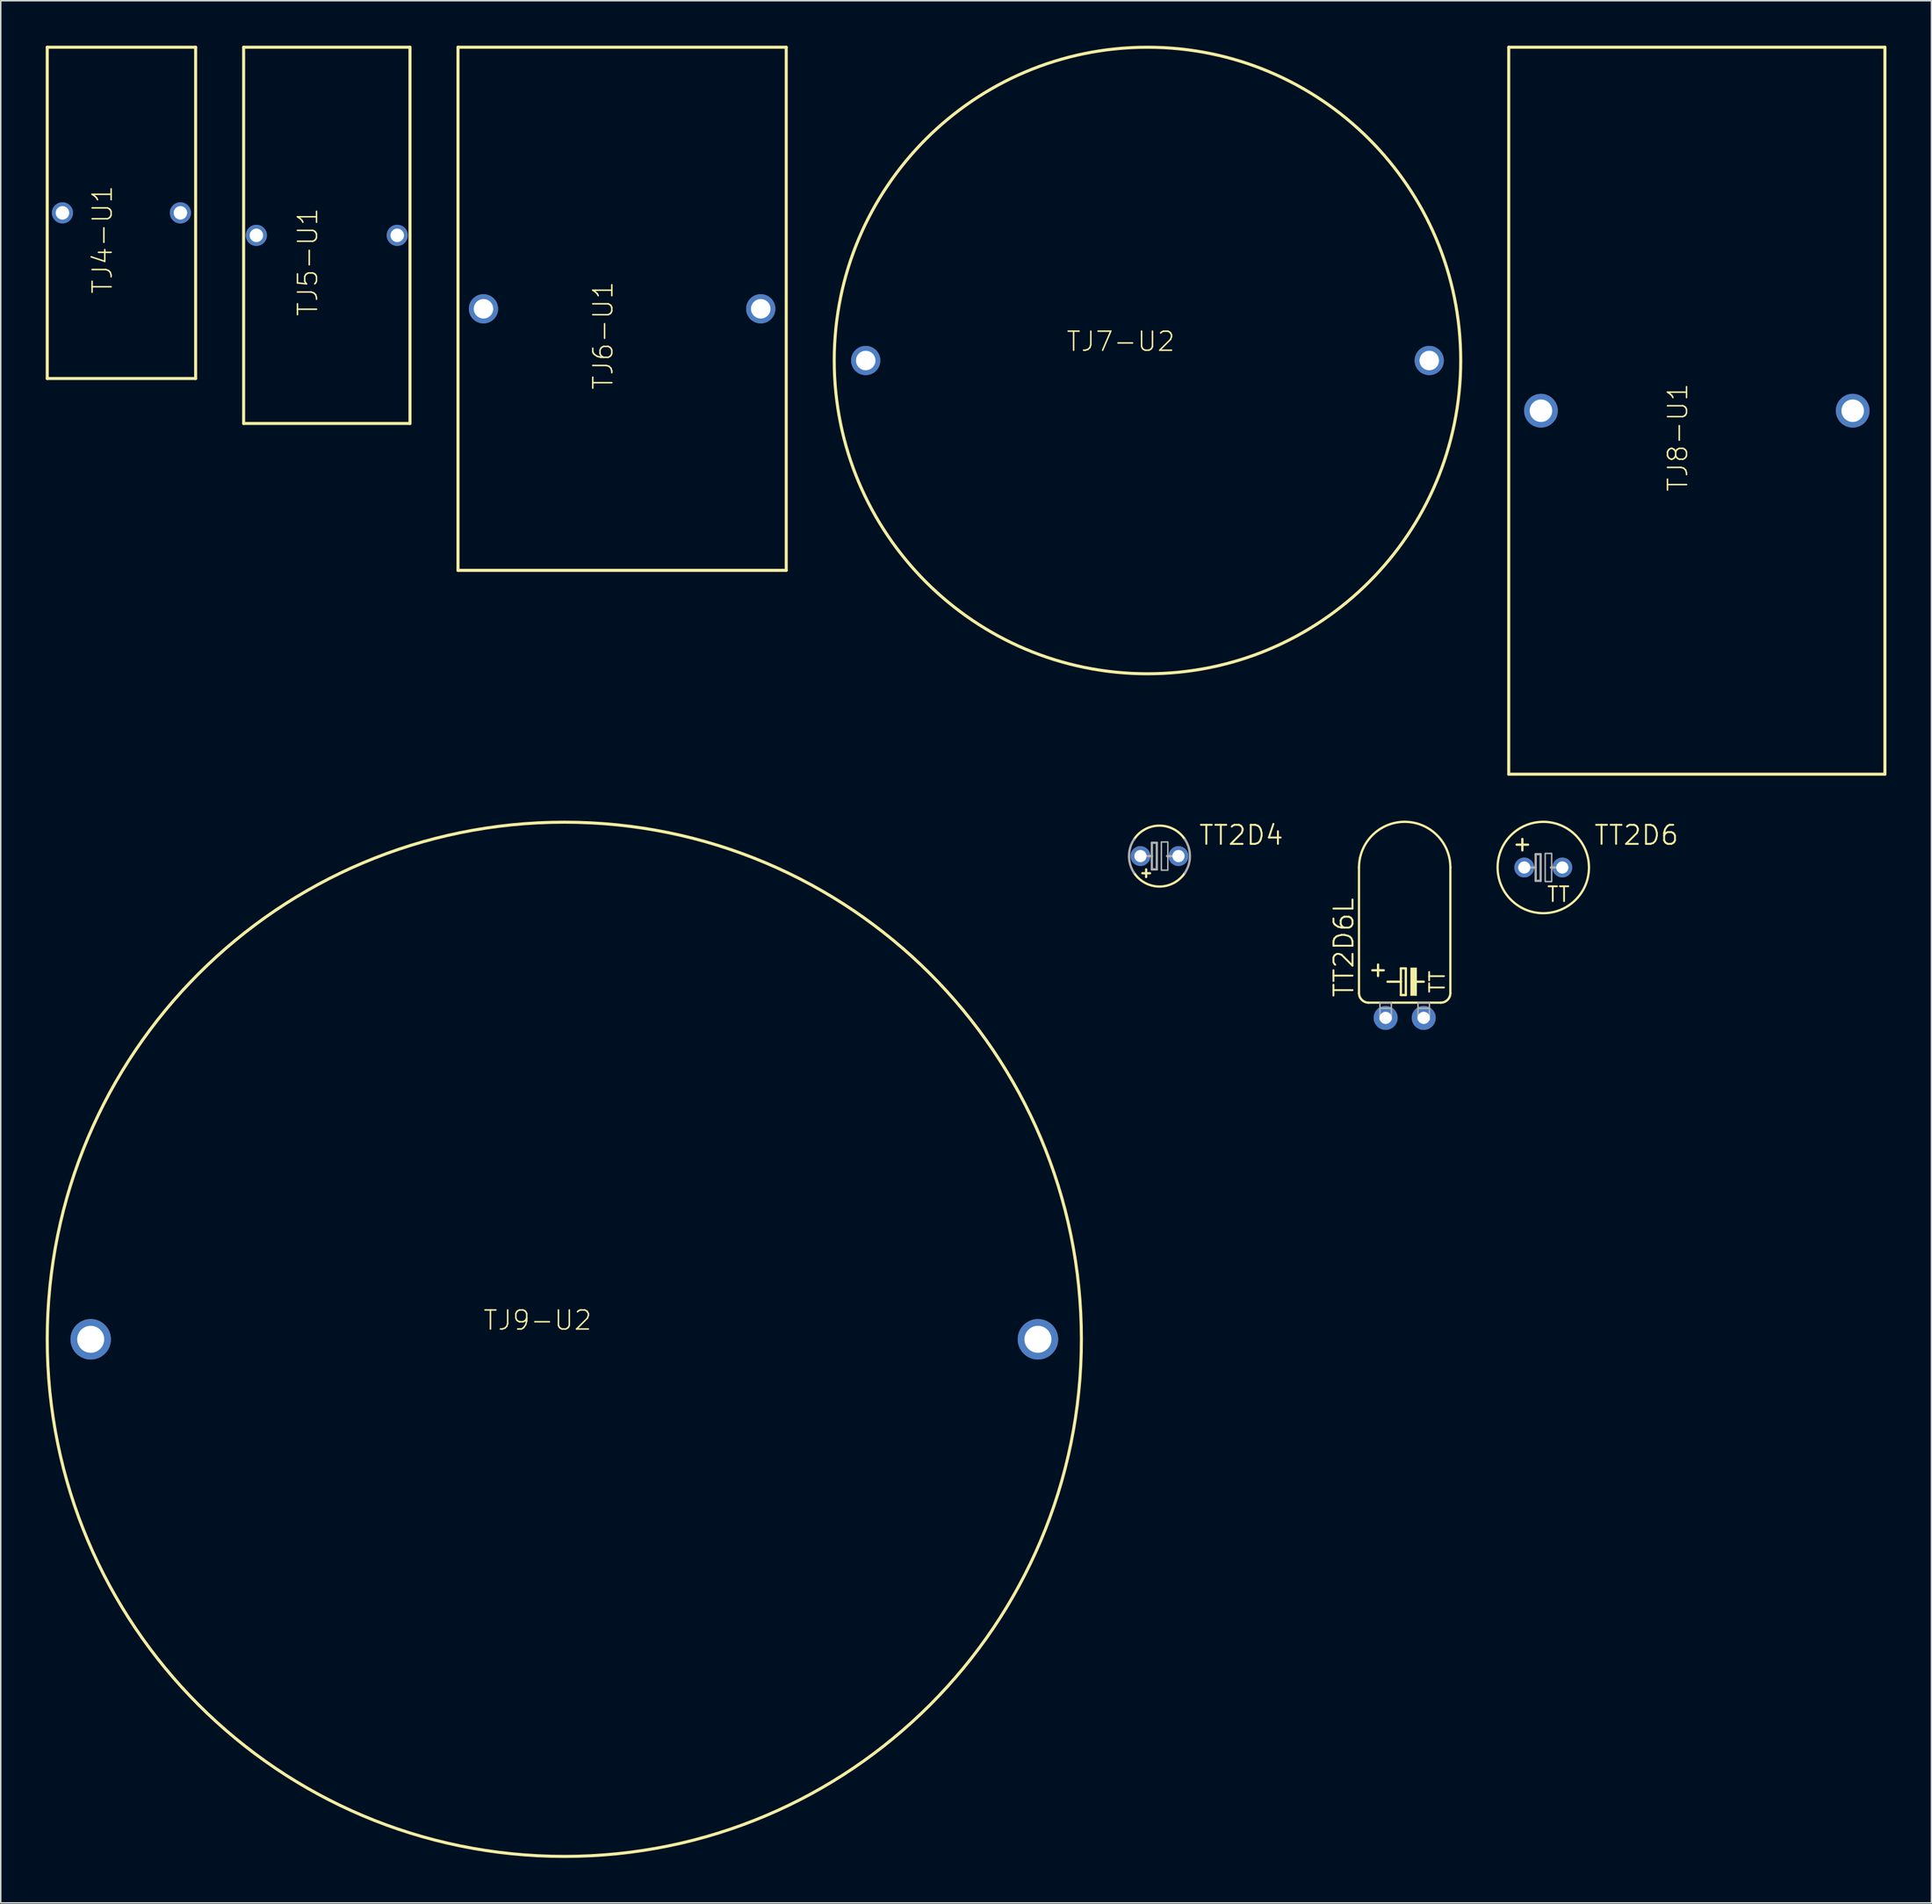
<source format=kicad_pcb>
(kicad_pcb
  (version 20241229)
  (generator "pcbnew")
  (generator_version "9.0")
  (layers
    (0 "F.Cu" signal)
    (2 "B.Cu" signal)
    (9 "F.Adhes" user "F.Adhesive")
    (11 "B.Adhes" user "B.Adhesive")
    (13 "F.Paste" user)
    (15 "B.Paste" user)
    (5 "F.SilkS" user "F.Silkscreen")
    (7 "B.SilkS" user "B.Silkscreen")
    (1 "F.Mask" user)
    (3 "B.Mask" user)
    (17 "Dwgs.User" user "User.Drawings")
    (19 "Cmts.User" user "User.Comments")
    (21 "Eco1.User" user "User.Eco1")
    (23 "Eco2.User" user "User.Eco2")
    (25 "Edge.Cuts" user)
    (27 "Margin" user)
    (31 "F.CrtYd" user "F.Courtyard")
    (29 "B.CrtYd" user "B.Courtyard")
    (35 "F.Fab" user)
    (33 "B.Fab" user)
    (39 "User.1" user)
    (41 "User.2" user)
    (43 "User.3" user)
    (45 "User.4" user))
  (footprint "TT2D4"
    (layer "F.Cu")
    (at 74.311 54.066)
    (property "Reference" "TT2D4" (at 5.455 -1.397 0) (layer "F.SilkS") (effects (font (size 1.27 1.27) (thickness 0.127))))
    (attr through_hole)
    (fp_line (start -0.889 1.397) (end -0.889 0.889) (stroke (width 0.152) (type solid)) (layer "F.SilkS"))
    (fp_line (start -0.635 1.143) (end -1.143 1.143) (stroke (width 0.152) (type solid)) (layer "F.SilkS"))
    (fp_arc (start -1.6985 -1.1153) (mid -0.000001 -2.031944) (end 1.698499 -1.115301) (stroke (width 0.1524) (type solid)) (layer "F.SilkS"))
    (fp_arc (start 1.698499 1.115301) (mid -0.000001 2.031944) (end -1.6985 1.1153) (stroke (width 0.1524) (type solid)) (layer "F.SilkS"))
    (fp_line (start -1.016 0) (end -0.508 0) (stroke (width 0.152) (type solid)) (layer "F.Fab"))
    (fp_line (start -0.508 -0.889) (end -0.508 0) (stroke (width 0.152) (type solid)) (layer "F.Fab"))
    (fp_line (start -0.508 0) (end -0.508 0.889) (stroke (width 0.152) (type solid)) (layer "F.Fab"))
    (fp_line (start -0.508 0.889) (end -0.178 0.889) (stroke (width 0.152) (type solid)) (layer "F.Fab"))
    (fp_line (start -0.178 -0.889) (end -0.508 -0.889) (stroke (width 0.152) (type solid)) (layer "F.Fab"))
    (fp_line (start -0.178 0.889) (end -0.178 -0.889) (stroke (width 0.152) (type solid)) (layer "F.Fab"))
    (fp_line (start 0.508 0) (end 1.016 0) (stroke (width 0.152) (type solid)) (layer "F.Fab"))
    (fp_arc (start -1.6985 1.1153) (mid -2.031944 0) (end -1.6985 -1.1153) (stroke (width 0.1524) (type solid)) (layer "F.Fab"))
    (fp_arc (start 1.6985 -1.1153) (mid 2.031944 0) (end 1.6985 1.1153) (stroke (width 0.1524) (type solid)) (layer "F.Fab"))
    (fp_poly (pts (xy 0.127 -0.94) (xy 0.559 -0.94) (xy 0.559 0.94) (xy 0.127 0.94)) (stroke (width 0.1) (type solid)) (fill no) (layer "F.Fab"))
    (pad "+" thru_hole circle (at -1.27 0) (size 1.321 1.321) (drill 0.813) (layers "*.Cu" "*.Mask"))
    (pad "-" thru_hole circle (at 1.27 0) (size 1.321 1.321) (drill 0.813) (layers "*.Cu" "*.Mask")))
  (footprint "TJ7-U2"
    (layer "F.Cu")
    (at 73.511 21.002)
    (property "Reference" "TJ7-U2" (at -1.784 -1.27 0) (layer "F.SilkS") (effects (font (size 1.27 1.27) (thickness 0.102))))
    (attr through_hole)
    (fp_circle (center 0 0) (end 20.9 0) (stroke (width 0.203) (type solid)) (fill no) (layer "F.SilkS"))
    (pad "1" thru_hole circle (at -18.8 0) (size 1.95 1.95) (drill 1.3) (layers "*.Cu" "*.Mask"))
    (pad "2" thru_hole circle (at 18.8 0) (size 1.95 1.95) (drill 1.3) (layers "*.Cu" "*.Mask")))
  (footprint "TJ8-U1"
    (layer "F.Cu")
    (at 110.164 24.352)
    (property "Reference" "TJ8-U1" (at -1.27 1.784 90) (layer "F.SilkS") (effects (font (size 1.27 1.27) (thickness 0.102))))
    (attr through_hole)
    (fp_line (start -12.55 -24.25) (end 12.55 -24.25) (stroke (width 0.203) (type solid)) (layer "F.SilkS"))
    (fp_line (start -12.55 24.25) (end -12.55 -24.25) (stroke (width 0.203) (type solid)) (layer "F.SilkS"))
    (fp_line (start 12.55 -24.25) (end 12.55 24.25) (stroke (width 0.203) (type solid)) (layer "F.SilkS"))
    (fp_line (start 12.55 24.25) (end -12.55 24.25) (stroke (width 0.203) (type solid)) (layer "F.SilkS"))
    (pad "1" thru_hole circle (at -10.4 0) (size 2.25 2.25) (drill 1.5) (layers "*.Cu" "*.Mask"))
    (pad "2" thru_hole circle (at 10.4 0) (size 2.25 2.25) (drill 1.5) (layers "*.Cu" "*.Mask")))
  (footprint "TJ6-U1"
    (layer "F.Cu")
    (at 38.458 17.552)
    (property "Reference" "TJ6-U1" (at -1.27 1.784 90) (layer "F.SilkS") (effects (font (size 1.27 1.27) (thickness 0.102))))
    (attr through_hole)
    (fp_line (start -10.95 -17.45) (end 10.95 -17.45) (stroke (width 0.203) (type solid)) (layer "F.SilkS"))
    (fp_line (start -10.95 17.45) (end -10.95 -17.45) (stroke (width 0.203) (type solid)) (layer "F.SilkS"))
    (fp_line (start 10.95 -17.45) (end 10.95 17.45) (stroke (width 0.203) (type solid)) (layer "F.SilkS"))
    (fp_line (start 10.95 17.45) (end -10.95 17.45) (stroke (width 0.203) (type solid)) (layer "F.SilkS"))
    (pad "1" thru_hole circle (at -9.25 0) (size 1.95 1.95) (drill 1.3) (layers "*.Cu" "*.Mask"))
    (pad "2" thru_hole circle (at 9.25 0) (size 1.95 1.95) (drill 1.3) (layers "*.Cu" "*.Mask")))
  (footprint "TT2D6L"
    (layer "F.Cu")
    (at 90.672 64.86)
    (property "Reference" "TT2D6L" (at -4.064 -4.693 90) (layer "F.SilkS") (effects (font (size 1.27 1.27) (thickness 0.127))))
    (attr through_hole)
    (fp_line (start -3.048 -10.033) (end -3.048 -1.651) (stroke (width 0.152) (type solid)) (layer "F.SilkS"))
    (fp_line (start -2.413 -1.016) (end 2.413 -1.016) (stroke (width 0.152) (type solid)) (layer "F.SilkS"))
    (fp_line (start -2.159 -3.175) (end -1.397 -3.175) (stroke (width 0.152) (type solid)) (layer "F.SilkS"))
    (fp_line (start -1.778 -2.794) (end -1.778 -3.556) (stroke (width 0.152) (type solid)) (layer "F.SilkS"))
    (fp_line (start -1.143 -2.413) (end -0.254 -2.413) (stroke (width 0.152) (type solid)) (layer "F.SilkS"))
    (fp_line (start -0.254 -3.302) (end -0.254 -2.413) (stroke (width 0.152) (type solid)) (layer "F.SilkS"))
    (fp_line (start -0.254 -2.413) (end -0.254 -1.524) (stroke (width 0.152) (type solid)) (layer "F.SilkS"))
    (fp_line (start -0.254 -1.524) (end 0.076 -1.524) (stroke (width 0.152) (type solid)) (layer "F.SilkS"))
    (fp_line (start 0.076 -3.302) (end -0.254 -3.302) (stroke (width 0.152) (type solid)) (layer "F.SilkS"))
    (fp_line (start 0.076 -1.524) (end 0.076 -3.302) (stroke (width 0.152) (type solid)) (layer "F.SilkS"))
    (fp_line (start 0.762 -2.413) (end 1.27 -2.413) (stroke (width 0.152) (type solid)) (layer "F.SilkS"))
    (fp_line (start 3.048 -10.033) (end 3.048 -1.651) (stroke (width 0.152) (type solid)) (layer "F.SilkS"))
    (fp_arc (start -3.048 -10.033) (mid 0 -13.081) (end 3.048 -10.033) (stroke (width 0.1524) (type solid)) (layer "F.SilkS"))
    (fp_arc (start -2.413 -1.016) (mid -2.862013 -1.201987) (end -3.048 -1.651) (stroke (width 0.1524) (type solid)) (layer "F.SilkS"))
    (fp_arc (start 3.048 -1.651) (mid 2.862013 -1.201987) (end 2.413 -1.016) (stroke (width 0.1524) (type solid)) (layer "F.SilkS"))
    (fp_poly (pts (xy 0.381 -3.353) (xy 0.813 -3.353) (xy 0.813 -1.473) (xy 0.381 -1.473)) (stroke (width 0) (type solid)) (fill yes) (layer "F.SilkS"))
    (fp_poly (pts (xy -1.651 -1.016) (xy -0.889 -1.016) (xy -0.889 -0.635) (xy -1.651 -0.635)) (stroke (width 0.1) (type solid)) (fill no) (layer "F.Fab"))
    (fp_poly (pts (xy -1.651 -0.635) (xy -0.889 -0.635) (xy -0.889 0.127) (xy -1.651 0.127)) (stroke (width 0.1) (type solid)) (fill no) (layer "F.Fab"))
    (fp_poly (pts (xy 0.889 -1.016) (xy 1.651 -1.016) (xy 1.651 -0.635) (xy 0.889 -0.635)) (stroke (width 0.1) (type solid)) (fill no) (layer "F.Fab"))
    (fp_poly (pts (xy 0.889 -0.635) (xy 1.651 -0.635) (xy 1.651 0.127) (xy 0.889 0.127)) (stroke (width 0.1) (type solid)) (fill no) (layer "F.Fab"))
    (fp_text user "TT" (at 2.172 -2.406 90) (layer "F.SilkS") (effects (font (size 0.991 0.991) (thickness 0.119))))
    (pad "+" thru_hole circle (at -1.27 0) (size 1.6 1.6) (drill 0.813) (layers "*.Cu" "*.Mask"))
    (pad "-" thru_hole circle (at 1.27 0) (size 1.6 1.6) (drill 0.813) (layers "*.Cu" "*.Mask")))
  (footprint "TJ4-U1"
    (layer "F.Cu")
    (at 5.052 11.152)
    (property "Reference" "TJ4-U1" (at -1.27 1.784 90) (layer "F.SilkS") (effects (font (size 1.27 1.27) (thickness 0.102))))
    (attr through_hole)
    (fp_line (start -4.95 -11.05) (end 4.95 -11.05) (stroke (width 0.203) (type solid)) (layer "F.SilkS"))
    (fp_line (start -4.95 11.05) (end -4.95 -11.05) (stroke (width 0.203) (type solid)) (layer "F.SilkS"))
    (fp_line (start 4.95 -11.05) (end 4.95 11.05) (stroke (width 0.203) (type solid)) (layer "F.SilkS"))
    (fp_line (start 4.95 11.05) (end -4.95 11.05) (stroke (width 0.203) (type solid)) (layer "F.SilkS"))
    (pad "1" thru_hole circle (at -3.935 0) (size 1.408 1.408) (drill 0.9) (layers "*.Cu" "*.Mask"))
    (pad "2" thru_hole circle (at 3.935 0) (size 1.408 1.408) (drill 0.9) (layers "*.Cu" "*.Mask")))
  (footprint "TJ5-U1"
    (layer "F.Cu")
    (at 18.755 12.652)
    (property "Reference" "TJ5-U1" (at -1.27 1.784 90) (layer "F.SilkS") (effects (font (size 1.27 1.27) (thickness 0.102))))
    (attr through_hole)
    (fp_line (start -5.55 -12.55) (end 5.55 -12.55) (stroke (width 0.203) (type solid)) (layer "F.SilkS"))
    (fp_line (start -5.55 12.55) (end -5.55 -12.55) (stroke (width 0.203) (type solid)) (layer "F.SilkS"))
    (fp_line (start 5.55 -12.55) (end 5.55 12.55) (stroke (width 0.203) (type solid)) (layer "F.SilkS"))
    (fp_line (start 5.55 12.55) (end -5.55 12.55) (stroke (width 0.203) (type solid)) (layer "F.SilkS"))
    (pad "1" thru_hole circle (at -4.7 0) (size 1.408 1.408) (drill 0.9) (layers "*.Cu" "*.Mask"))
    (pad "2" thru_hole circle (at 4.7 0) (size 1.408 1.408) (drill 0.9) (layers "*.Cu" "*.Mask")))
  (footprint "TJ9-U2"
    (layer "F.Cu")
    (at 34.602 86.305)
    (property "Reference" "TJ9-U2" (at -1.784 -1.27 0) (layer "F.SilkS") (effects (font (size 1.27 1.27) (thickness 0.102))))
    (attr through_hole)
    (fp_circle (center 0 0) (end 34.5 0) (stroke (width 0.203) (type solid)) (fill no) (layer "F.SilkS"))
    (pad "1" thru_hole circle (at -31.6 0) (size 2.7 2.7) (drill 1.8) (layers "*.Cu" "*.Mask"))
    (pad "2" thru_hole circle (at 31.6 0) (size 2.7 2.7) (drill 1.8) (layers "*.Cu" "*.Mask")))
  (footprint "TT2D6"
    (layer "F.Cu")
    (at 99.92 54.828)
    (property "Reference" "TT2D6" (at 6.217 -2.159 0) (layer "F.SilkS") (effects (font (size 1.27 1.27) (thickness 0.127))))
    (attr through_hole)
    (fp_line (start -1.778 -1.524) (end -1.016 -1.524) (stroke (width 0.152) (type solid)) (layer "F.SilkS"))
    (fp_line (start -1.397 -1.143) (end -1.397 -1.905) (stroke (width 0.152) (type solid)) (layer "F.SilkS"))
    (fp_circle (center 0 0) (end 3.048 0) (stroke (width 0.152) (type solid)) (fill no) (layer "F.SilkS"))
    (fp_line (start -1.016 0) (end -0.508 0) (stroke (width 0.152) (type solid)) (layer "F.Fab"))
    (fp_line (start -0.508 -0.889) (end -0.508 0) (stroke (width 0.152) (type solid)) (layer "F.Fab"))
    (fp_line (start -0.508 0) (end -0.508 0.889) (stroke (width 0.152) (type solid)) (layer "F.Fab"))
    (fp_line (start -0.508 0.889) (end -0.178 0.889) (stroke (width 0.152) (type solid)) (layer "F.Fab"))
    (fp_line (start -0.178 -0.889) (end -0.508 -0.889) (stroke (width 0.152) (type solid)) (layer "F.Fab"))
    (fp_line (start -0.178 0.889) (end -0.178 -0.889) (stroke (width 0.152) (type solid)) (layer "F.Fab"))
    (fp_line (start 0.508 0) (end 1.016 0) (stroke (width 0.152) (type solid)) (layer "F.Fab"))
    (fp_poly (pts (xy 0.127 -0.94) (xy 0.559 -0.94) (xy 0.559 0.94) (xy 0.127 0.94)) (stroke (width 0.1) (type solid)) (fill no) (layer "F.Fab"))
    (fp_text user "TT" (at 1.009 1.791 0) (layer "F.SilkS") (effects (font (size 0.991 0.991) (thickness 0.119))))
    (pad "+" thru_hole circle (at -1.27 0) (size 1.321 1.321) (drill 0.813) (layers "*.Cu" "*.Mask"))
    (pad "-" thru_hole circle (at 1.27 0) (size 1.321 1.321) (drill 0.813) (layers "*.Cu" "*.Mask")))
  (gr_rect
    (start -3 -3)
    (end 125.816 123.906)
    (stroke (width 0.1) (type default))
    (fill no)
    (layer "Edge.Cuts")))
</source>
